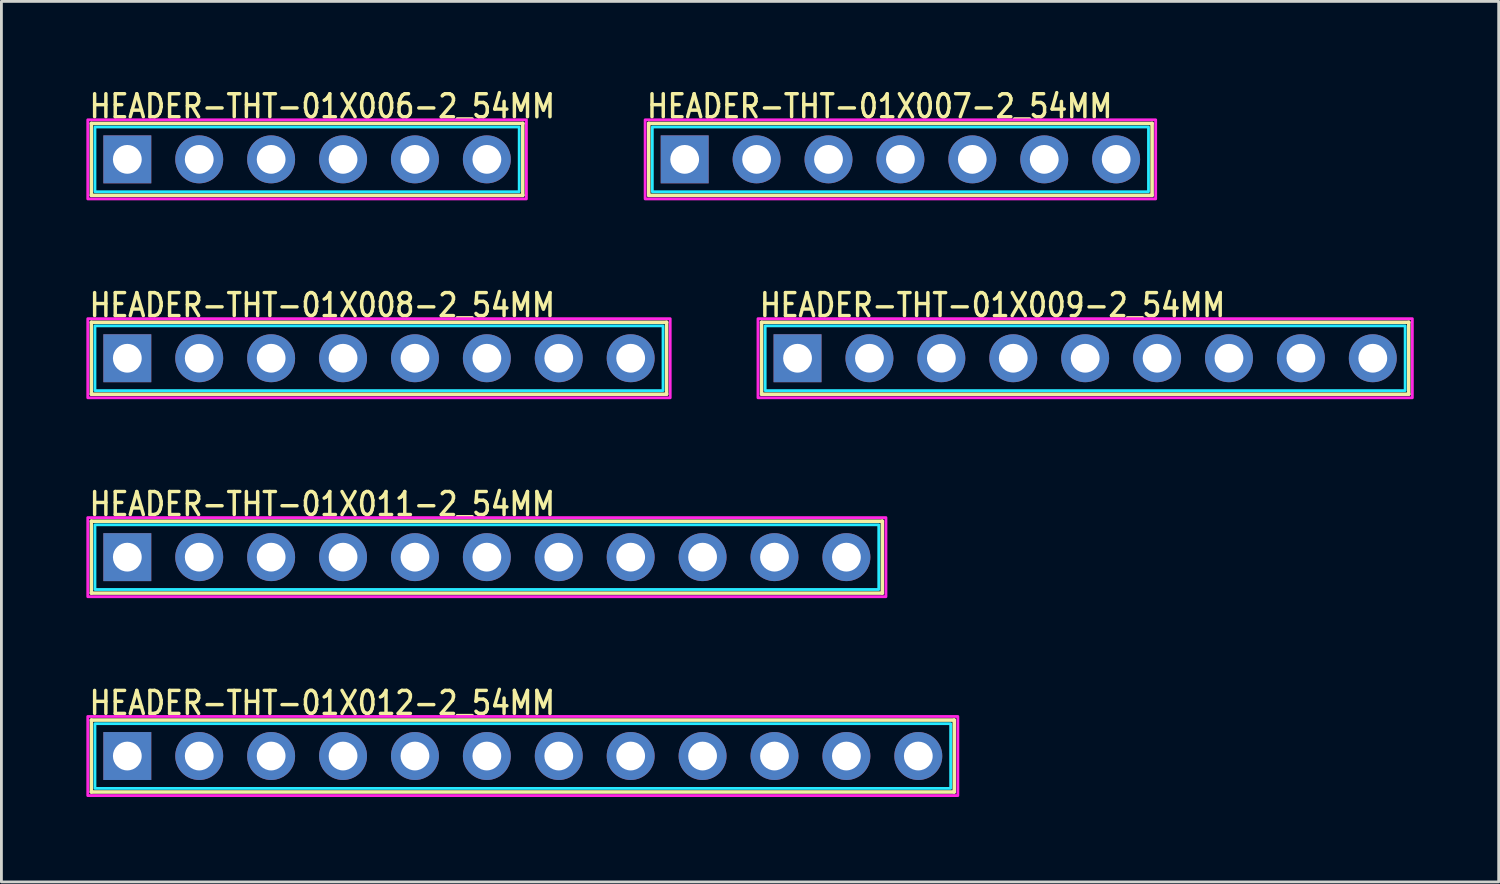
<source format=kicad_pcb>
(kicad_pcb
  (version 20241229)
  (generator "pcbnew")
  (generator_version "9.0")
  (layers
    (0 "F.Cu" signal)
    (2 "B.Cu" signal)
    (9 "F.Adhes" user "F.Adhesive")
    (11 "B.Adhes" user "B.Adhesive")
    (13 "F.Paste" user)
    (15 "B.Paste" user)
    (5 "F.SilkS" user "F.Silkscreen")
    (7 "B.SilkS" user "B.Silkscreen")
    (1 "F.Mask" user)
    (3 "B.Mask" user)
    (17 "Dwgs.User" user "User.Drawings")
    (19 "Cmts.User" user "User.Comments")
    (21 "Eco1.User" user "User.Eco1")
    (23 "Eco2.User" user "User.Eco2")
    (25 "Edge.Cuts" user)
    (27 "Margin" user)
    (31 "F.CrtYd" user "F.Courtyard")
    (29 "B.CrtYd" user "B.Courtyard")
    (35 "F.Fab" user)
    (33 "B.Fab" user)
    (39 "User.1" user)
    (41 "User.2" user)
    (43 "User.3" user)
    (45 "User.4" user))
  (footprint "HEADER-THT-01X009-2_54MM"
    (layer "F.Cu")
    (at 25.121 9.604)
    (property "Reference" "HEADER-THT-01X009-2_54MM" (at -1.4 -1.4 0) (unlocked yes) (layer "F.SilkS") (effects (font (size 0.813 0.695) (thickness 0.122)) (justify left bottom)))
    (fp_line (start -1.27 -1.27) (end -1.27 1.27) (stroke (width 0.127) (type solid)) (layer "F.SilkS"))
    (fp_line (start -1.27 1.27) (end 21.59 1.27) (stroke (width 0.127) (type solid)) (layer "F.SilkS"))
    (fp_line (start 21.59 -1.27) (end -1.27 -1.27) (stroke (width 0.127) (type solid)) (layer "F.SilkS"))
    (fp_line (start 21.59 1.27) (end 21.59 -1.27) (stroke (width 0.127) (type solid)) (layer "F.SilkS"))
    (fp_poly (pts (xy -1.143 -1.143) (xy 21.463 -1.143) (xy 21.463 1.143) (xy -1.143 1.143)) (stroke (width 0.1) (type solid)) (fill no) (layer "B.CrtYd"))
    (fp_poly (pts (xy -1.397 -1.397) (xy 21.717 -1.397) (xy 21.717 1.397) (xy -1.397 1.397)) (stroke (width 0.1) (type solid)) (fill no) (layer "F.CrtYd"))
    (pad "1" thru_hole rect (at 0 0) (size 1.693 1.693) (drill 1.016) (layers "*.Cu" "*.Mask"))
    (pad "2" thru_hole oval (at 2.54 0) (size 1.693 1.693) (drill 1.016) (layers "*.Cu" "*.Mask"))
    (pad "3" thru_hole oval (at 5.08 0) (size 1.693 1.693) (drill 1.016) (layers "*.Cu" "*.Mask"))
    (pad "4" thru_hole oval (at 7.62 0) (size 1.693 1.693) (drill 1.016) (layers "*.Cu" "*.Mask"))
    (pad "5" thru_hole oval (at 10.16 0) (size 1.693 1.693) (drill 1.016) (layers "*.Cu" "*.Mask"))
    (pad "6" thru_hole oval (at 12.7 0) (size 1.693 1.693) (drill 1.016) (layers "*.Cu" "*.Mask"))
    (pad "7" thru_hole oval (at 15.24 0) (size 1.693 1.693) (drill 1.016) (layers "*.Cu" "*.Mask"))
    (pad "8" thru_hole oval (at 17.78 0) (size 1.693 1.693) (drill 1.016) (layers "*.Cu" "*.Mask"))
    (pad "9" thru_hole oval (at 20.32 0) (size 1.693 1.693) (drill 1.016) (layers "*.Cu" "*.Mask")))
  (footprint "HEADER-THT-01X007-2_54MM"
    (layer "F.Cu")
    (at 21.135 2.579)
    (property "Reference" "HEADER-THT-01X007-2_54MM" (at -1.4 -1.4 0) (unlocked yes) (layer "F.SilkS") (effects (font (size 0.813 0.695) (thickness 0.122)) (justify left bottom)))
    (fp_line (start -1.27 -1.27) (end -1.27 1.27) (stroke (width 0.127) (type solid)) (layer "F.SilkS"))
    (fp_line (start -1.27 1.27) (end 16.51 1.27) (stroke (width 0.127) (type solid)) (layer "F.SilkS"))
    (fp_line (start 16.51 -1.27) (end -1.27 -1.27) (stroke (width 0.127) (type solid)) (layer "F.SilkS"))
    (fp_line (start 16.51 1.27) (end 16.51 -1.27) (stroke (width 0.127) (type solid)) (layer "F.SilkS"))
    (fp_poly (pts (xy -1.143 -1.143) (xy 16.383 -1.143) (xy 16.383 1.143) (xy -1.143 1.143)) (stroke (width 0.1) (type solid)) (fill no) (layer "B.CrtYd"))
    (fp_poly (pts (xy -1.397 -1.397) (xy 16.637 -1.397) (xy 16.637 1.397) (xy -1.397 1.397)) (stroke (width 0.1) (type solid)) (fill no) (layer "F.CrtYd"))
    (pad "1" thru_hole rect (at 0 0) (size 1.693 1.693) (drill 1.016) (layers "*.Cu" "*.Mask"))
    (pad "2" thru_hole oval (at 2.54 0) (size 1.693 1.693) (drill 1.016) (layers "*.Cu" "*.Mask"))
    (pad "3" thru_hole oval (at 5.08 0) (size 1.693 1.693) (drill 1.016) (layers "*.Cu" "*.Mask"))
    (pad "4" thru_hole oval (at 7.62 0) (size 1.693 1.693) (drill 1.016) (layers "*.Cu" "*.Mask"))
    (pad "5" thru_hole oval (at 10.16 0) (size 1.693 1.693) (drill 1.016) (layers "*.Cu" "*.Mask"))
    (pad "6" thru_hole oval (at 12.7 0) (size 1.693 1.693) (drill 1.016) (layers "*.Cu" "*.Mask"))
    (pad "7" thru_hole oval (at 15.24 0) (size 1.693 1.693) (drill 1.016) (layers "*.Cu" "*.Mask")))
  (footprint "HEADER-THT-01X012-2_54MM"
    (layer "F.Cu")
    (at 1.447 23.655)
    (property "Reference" "HEADER-THT-01X012-2_54MM" (at -1.4 -1.4 0) (unlocked yes) (layer "F.SilkS") (effects (font (size 0.813 0.695) (thickness 0.122)) (justify left bottom)))
    (fp_line (start -1.27 -1.27) (end -1.27 1.27) (stroke (width 0.127) (type solid)) (layer "F.SilkS"))
    (fp_line (start -1.27 1.27) (end 29.21 1.27) (stroke (width 0.127) (type solid)) (layer "F.SilkS"))
    (fp_line (start 29.21 -1.27) (end -1.27 -1.27) (stroke (width 0.127) (type solid)) (layer "F.SilkS"))
    (fp_line (start 29.21 1.27) (end 29.21 -1.27) (stroke (width 0.127) (type solid)) (layer "F.SilkS"))
    (fp_poly (pts (xy -1.143 -1.143) (xy 29.083 -1.143) (xy 29.083 1.143) (xy -1.143 1.143)) (stroke (width 0.1) (type solid)) (fill no) (layer "B.CrtYd"))
    (fp_poly (pts (xy -1.397 -1.397) (xy 29.337 -1.397) (xy 29.337 1.397) (xy -1.397 1.397)) (stroke (width 0.1) (type solid)) (fill no) (layer "F.CrtYd"))
    (pad "1" thru_hole rect (at 0 0) (size 1.693 1.693) (drill 1.016) (layers "*.Cu" "*.Mask"))
    (pad "2" thru_hole oval (at 2.54 0) (size 1.693 1.693) (drill 1.016) (layers "*.Cu" "*.Mask"))
    (pad "3" thru_hole oval (at 5.08 0) (size 1.693 1.693) (drill 1.016) (layers "*.Cu" "*.Mask"))
    (pad "4" thru_hole oval (at 7.62 0) (size 1.693 1.693) (drill 1.016) (layers "*.Cu" "*.Mask"))
    (pad "5" thru_hole oval (at 10.16 0) (size 1.693 1.693) (drill 1.016) (layers "*.Cu" "*.Mask"))
    (pad "6" thru_hole oval (at 12.7 0) (size 1.693 1.693) (drill 1.016) (layers "*.Cu" "*.Mask"))
    (pad "7" thru_hole oval (at 15.24 0) (size 1.693 1.693) (drill 1.016) (layers "*.Cu" "*.Mask"))
    (pad "8" thru_hole oval (at 17.78 0) (size 1.693 1.693) (drill 1.016) (layers "*.Cu" "*.Mask"))
    (pad "9" thru_hole oval (at 20.32 0) (size 1.693 1.693) (drill 1.016) (layers "*.Cu" "*.Mask"))
    (pad "10" thru_hole oval (at 22.86 0) (size 1.693 1.693) (drill 1.016) (layers "*.Cu" "*.Mask"))
    (pad "11" thru_hole oval (at 25.4 0) (size 1.693 1.693) (drill 1.016) (layers "*.Cu" "*.Mask"))
    (pad "12" thru_hole oval (at 27.94 0) (size 1.693 1.693) (drill 1.016) (layers "*.Cu" "*.Mask")))
  (footprint "HEADER-THT-01X006-2_54MM"
    (layer "F.Cu")
    (at 1.447 2.579)
    (property "Reference" "HEADER-THT-01X006-2_54MM" (at -1.4 -1.4 0) (unlocked yes) (layer "F.SilkS") (effects (font (size 0.813 0.695) (thickness 0.122)) (justify left bottom)))
    (fp_line (start -1.27 -1.27) (end -1.27 1.27) (stroke (width 0.127) (type solid)) (layer "F.SilkS"))
    (fp_line (start -1.27 1.27) (end 13.97 1.27) (stroke (width 0.127) (type solid)) (layer "F.SilkS"))
    (fp_line (start 13.97 -1.27) (end -1.27 -1.27) (stroke (width 0.127) (type solid)) (layer "F.SilkS"))
    (fp_line (start 13.97 1.27) (end 13.97 -1.27) (stroke (width 0.127) (type solid)) (layer "F.SilkS"))
    (fp_poly (pts (xy -1.143 -1.143) (xy 13.843 -1.143) (xy 13.843 1.143) (xy -1.143 1.143)) (stroke (width 0.1) (type solid)) (fill no) (layer "B.CrtYd"))
    (fp_poly (pts (xy -1.397 -1.397) (xy 14.097 -1.397) (xy 14.097 1.397) (xy -1.397 1.397)) (stroke (width 0.1) (type solid)) (fill no) (layer "F.CrtYd"))
    (pad "1" thru_hole rect (at 0 0) (size 1.693 1.693) (drill 1.016) (layers "*.Cu" "*.Mask"))
    (pad "2" thru_hole oval (at 2.54 0) (size 1.693 1.693) (drill 1.016) (layers "*.Cu" "*.Mask"))
    (pad "3" thru_hole oval (at 5.08 0) (size 1.693 1.693) (drill 1.016) (layers "*.Cu" "*.Mask"))
    (pad "4" thru_hole oval (at 7.62 0) (size 1.693 1.693) (drill 1.016) (layers "*.Cu" "*.Mask"))
    (pad "5" thru_hole oval (at 10.16 0) (size 1.693 1.693) (drill 1.016) (layers "*.Cu" "*.Mask"))
    (pad "6" thru_hole oval (at 12.7 0) (size 1.693 1.693) (drill 1.016) (layers "*.Cu" "*.Mask")))
  (footprint "HEADER-THT-01X008-2_54MM"
    (layer "F.Cu")
    (at 1.447 9.604)
    (property "Reference" "HEADER-THT-01X008-2_54MM" (at -1.4 -1.4 0) (unlocked yes) (layer "F.SilkS") (effects (font (size 0.813 0.695) (thickness 0.122)) (justify left bottom)))
    (fp_line (start -1.27 -1.27) (end -1.27 1.27) (stroke (width 0.127) (type solid)) (layer "F.SilkS"))
    (fp_line (start -1.27 1.27) (end 19.05 1.27) (stroke (width 0.127) (type solid)) (layer "F.SilkS"))
    (fp_line (start 19.05 -1.27) (end -1.27 -1.27) (stroke (width 0.127) (type solid)) (layer "F.SilkS"))
    (fp_line (start 19.05 1.27) (end 19.05 -1.27) (stroke (width 0.127) (type solid)) (layer "F.SilkS"))
    (fp_poly (pts (xy -1.143 -1.143) (xy 18.923 -1.143) (xy 18.923 1.143) (xy -1.143 1.143)) (stroke (width 0.1) (type solid)) (fill no) (layer "B.CrtYd"))
    (fp_poly (pts (xy -1.397 -1.397) (xy 19.177 -1.397) (xy 19.177 1.397) (xy -1.397 1.397)) (stroke (width 0.1) (type solid)) (fill no) (layer "F.CrtYd"))
    (pad "P$1" thru_hole rect (at 0 0) (size 1.693 1.693) (drill 1.016) (layers "*.Cu" "*.Mask"))
    (pad "P$2" thru_hole oval (at 2.54 0) (size 1.693 1.693) (drill 1.016) (layers "*.Cu" "*.Mask"))
    (pad "P$3" thru_hole oval (at 5.08 0) (size 1.693 1.693) (drill 1.016) (layers "*.Cu" "*.Mask"))
    (pad "P$4" thru_hole oval (at 7.62 0) (size 1.693 1.693) (drill 1.016) (layers "*.Cu" "*.Mask"))
    (pad "P$5" thru_hole oval (at 10.16 0) (size 1.693 1.693) (drill 1.016) (layers "*.Cu" "*.Mask"))
    (pad "P$6" thru_hole oval (at 12.7 0) (size 1.693 1.693) (drill 1.016) (layers "*.Cu" "*.Mask"))
    (pad "P$7" thru_hole oval (at 15.24 0) (size 1.693 1.693) (drill 1.016) (layers "*.Cu" "*.Mask"))
    (pad "P$8" thru_hole oval (at 17.78 0) (size 1.693 1.693) (drill 1.016) (layers "*.Cu" "*.Mask")))
  (footprint "HEADER-THT-01X011-2_54MM"
    (layer "F.Cu")
    (at 1.447 16.63)
    (property "Reference" "HEADER-THT-01X011-2_54MM" (at -1.4 -1.4 0) (unlocked yes) (layer "F.SilkS") (effects (font (size 0.813 0.695) (thickness 0.122)) (justify left bottom)))
    (fp_line (start -1.27 -1.27) (end -1.27 1.27) (stroke (width 0.127) (type solid)) (layer "F.SilkS"))
    (fp_line (start -1.27 1.27) (end 26.67 1.27) (stroke (width 0.127) (type solid)) (layer "F.SilkS"))
    (fp_line (start 26.67 -1.27) (end -1.27 -1.27) (stroke (width 0.127) (type solid)) (layer "F.SilkS"))
    (fp_line (start 26.67 1.27) (end 26.67 -1.27) (stroke (width 0.127) (type solid)) (layer "F.SilkS"))
    (fp_poly (pts (xy -1.143 -1.143) (xy 26.543 -1.143) (xy 26.543 1.143) (xy -1.143 1.143)) (stroke (width 0.1) (type solid)) (fill no) (layer "B.CrtYd"))
    (fp_poly (pts (xy -1.397 -1.397) (xy 26.797 -1.397) (xy 26.797 1.397) (xy -1.397 1.397)) (stroke (width 0.1) (type solid)) (fill no) (layer "F.CrtYd"))
    (pad "1" thru_hole rect (at 0 0) (size 1.693 1.693) (drill 1.016) (layers "*.Cu" "*.Mask"))
    (pad "2" thru_hole oval (at 2.54 0) (size 1.693 1.693) (drill 1.016) (layers "*.Cu" "*.Mask"))
    (pad "3" thru_hole oval (at 5.08 0) (size 1.693 1.693) (drill 1.016) (layers "*.Cu" "*.Mask"))
    (pad "4" thru_hole oval (at 7.62 0) (size 1.693 1.693) (drill 1.016) (layers "*.Cu" "*.Mask"))
    (pad "5" thru_hole oval (at 10.16 0) (size 1.693 1.693) (drill 1.016) (layers "*.Cu" "*.Mask"))
    (pad "6" thru_hole oval (at 12.7 0) (size 1.693 1.693) (drill 1.016) (layers "*.Cu" "*.Mask"))
    (pad "7" thru_hole oval (at 15.24 0) (size 1.693 1.693) (drill 1.016) (layers "*.Cu" "*.Mask"))
    (pad "8" thru_hole oval (at 17.78 0) (size 1.693 1.693) (drill 1.016) (layers "*.Cu" "*.Mask"))
    (pad "9" thru_hole oval (at 20.32 0) (size 1.693 1.693) (drill 1.016) (layers "*.Cu" "*.Mask"))
    (pad "10" thru_hole oval (at 22.86 0) (size 1.693 1.693) (drill 1.016) (layers "*.Cu" "*.Mask"))
    (pad "11" thru_hole oval (at 25.4 0) (size 1.693 1.693) (drill 1.016) (layers "*.Cu" "*.Mask")))
  (gr_rect
    (start -3 -3)
    (end 49.888 28.102)
    (stroke (width 0.1) (type default))
    (fill no)
    (layer "Edge.Cuts")))
</source>
